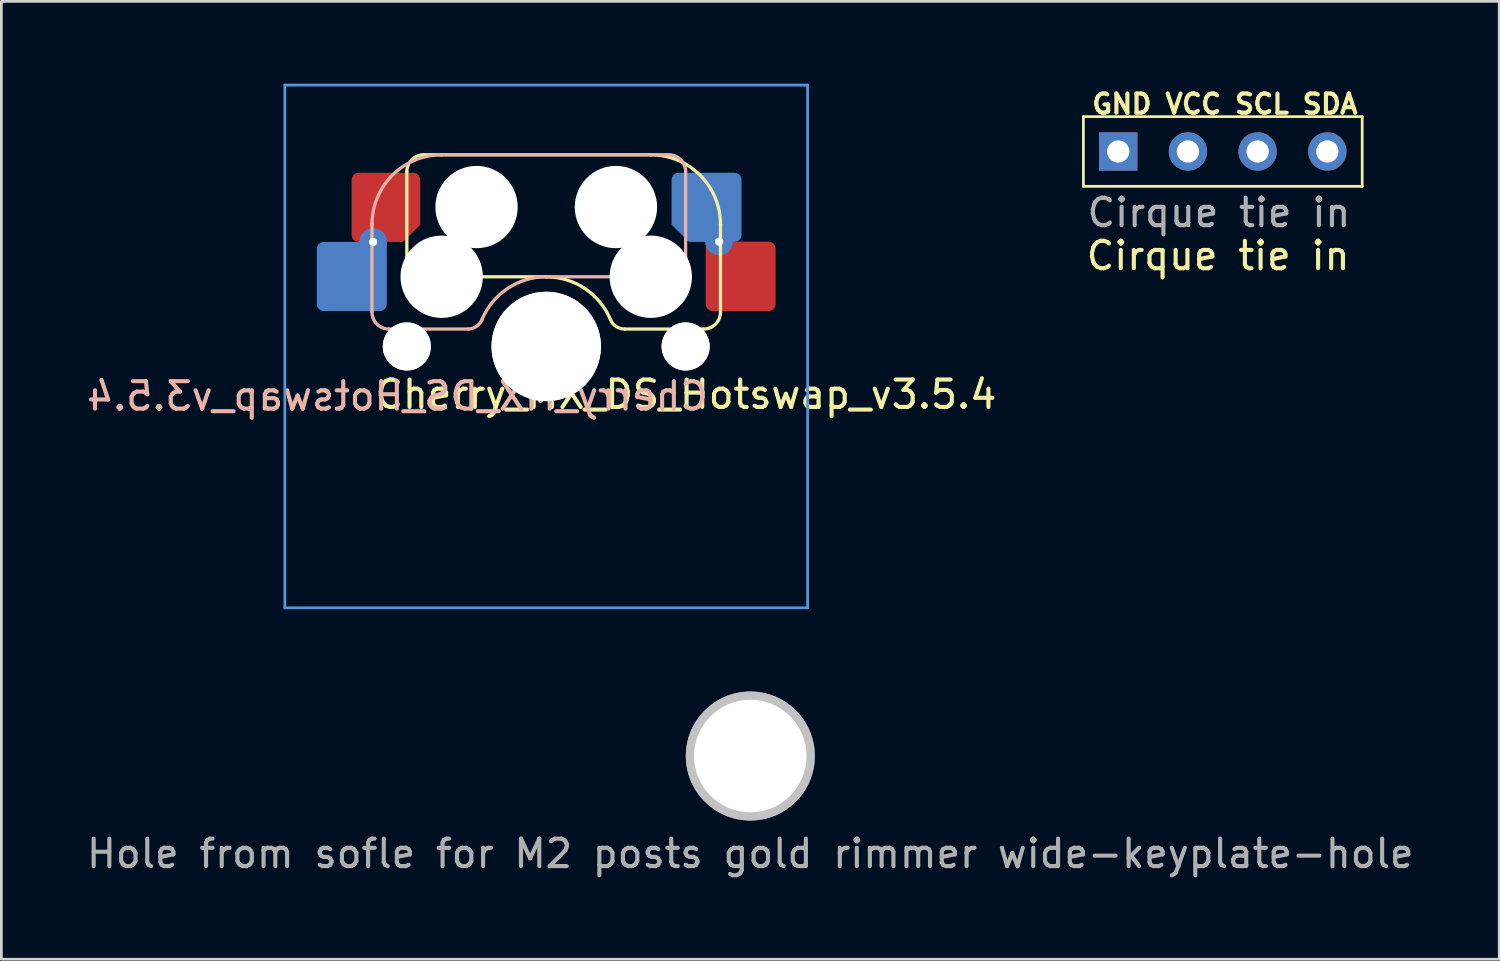
<source format=kicad_pcb>
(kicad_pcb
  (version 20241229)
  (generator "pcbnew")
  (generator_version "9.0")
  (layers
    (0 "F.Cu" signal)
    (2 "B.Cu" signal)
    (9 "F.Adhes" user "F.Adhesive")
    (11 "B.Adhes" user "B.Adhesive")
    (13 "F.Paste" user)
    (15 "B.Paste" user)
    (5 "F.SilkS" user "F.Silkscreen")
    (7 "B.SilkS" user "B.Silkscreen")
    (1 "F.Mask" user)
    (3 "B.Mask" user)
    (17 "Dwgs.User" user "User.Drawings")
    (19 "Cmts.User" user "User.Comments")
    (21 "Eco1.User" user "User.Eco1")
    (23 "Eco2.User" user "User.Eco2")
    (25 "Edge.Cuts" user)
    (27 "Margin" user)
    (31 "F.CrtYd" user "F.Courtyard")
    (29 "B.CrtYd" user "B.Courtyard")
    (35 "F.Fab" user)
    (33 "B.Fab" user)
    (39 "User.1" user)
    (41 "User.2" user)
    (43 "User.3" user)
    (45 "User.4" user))
  (footprint "Cherry_MX_DS_Hotswap_v3.5.4"
    (layer "F.Cu")
    (at 16.855 9.575)
    (property "Reference" "Cherry_MX_DS_Hotswap_v3.5.4" (at -5.42 1.81 0) (layer "B.SilkS") (effects (font (size 1 1) (thickness 0.15)) (justify mirror)))
    (attr through_hole)
    (fp_line (start -5.08 -6.36) (end -5.08 -2.54) (stroke (width 0.12) (type solid)) (layer "F.SilkS"))
    (fp_line (start -5.08 -2.54) (end -5.08 -2.54) (stroke (width 0.12) (type solid)) (layer "F.SilkS"))
    (fp_line (start -5.08 -2.54) (end -5.08 -2.54) (stroke (width 0.12) (type solid)) (layer "F.SilkS"))
    (fp_line (start -4.46 -6.985) (end 3.81 -6.985) (stroke (width 0.12) (type solid)) (layer "F.SilkS"))
    (fp_line (start 0 -2.54) (end -5.08 -2.54) (stroke (width 0.12) (type solid)) (layer "F.SilkS"))
    (fp_line (start 0 -2.54) (end 0 -2.54) (stroke (width 0.12) (type solid)) (layer "F.SilkS"))
    (fp_line (start 2.86 -0.635) (end 5.72 -0.635) (stroke (width 0.12) (type solid)) (layer "F.SilkS"))
    (fp_line (start 3.81 -6.985) (end 3.81 -6.985) (stroke (width 0.12) (type solid)) (layer "F.SilkS"))
    (fp_line (start 6.35 -4.445) (end 6.35 -4.445) (stroke (width 0.12) (type solid)) (layer "F.SilkS"))
    (fp_line (start 6.35 -1.25) (end 6.35 -4.445) (stroke (width 0.12) (type solid)) (layer "F.SilkS"))
    (fp_arc (start -5.08 -6.37) (mid -4.899871 -6.804871) (end -4.465 -6.985) (stroke (width 0.12) (type default)) (layer "F.SilkS"))
    (fp_arc (start 0 -2.536928) (mid 1.405313 -2.11213) (end 2.34 -0.98) (stroke (width 0.12) (type solid)) (layer "F.SilkS"))
    (fp_arc (start 2.859999 -0.633863) (mid 2.547381 -0.727883) (end 2.34 -0.98) (stroke (width 0.12) (type default)) (layer "F.SilkS"))
    (fp_arc (start 3.81 -6.985) (mid 5.606051 -6.241051) (end 6.35 -4.445) (stroke (width 0.12) (type solid)) (layer "F.SilkS"))
    (fp_arc (start 6.350129 -1.25) (mid 6.169985 -0.815144) (end 5.735129 -0.635) (stroke (width 0.12) (type default)) (layer "F.SilkS"))
    (fp_line (start -6.35 -4.445) (end -6.35 -4.445) (stroke (width 0.12) (type solid)) (layer "B.SilkS"))
    (fp_line (start -6.35 -4.445) (end -6.35 -1.26) (stroke (width 0.12) (type solid)) (layer "B.SilkS"))
    (fp_line (start -5.73 -0.635) (end -2.84 -0.635) (stroke (width 0.12) (type solid)) (layer "B.SilkS"))
    (fp_line (start -3.81 -6.985) (end -3.81 -6.985) (stroke (width 0.12) (type solid)) (layer "B.SilkS"))
    (fp_line (start -3.81 -6.985) (end 4.46 -6.985) (stroke (width 0.12) (type solid)) (layer "B.SilkS"))
    (fp_line (start 0 -2.54) (end 0 -2.54) (stroke (width 0.12) (type solid)) (layer "B.SilkS"))
    (fp_line (start 0 -2.54) (end 5.08 -2.54) (stroke (width 0.12) (type solid)) (layer "B.SilkS"))
    (fp_line (start 5.08 -6.37) (end 5.08 -2.54) (stroke (width 0.12) (type solid)) (layer "B.SilkS"))
    (fp_line (start 5.08 -2.54) (end 5.08 -2.54) (stroke (width 0.12) (type solid)) (layer "B.SilkS"))
    (fp_line (start 5.08 -2.54) (end 5.08 -2.54) (stroke (width 0.12) (type solid)) (layer "B.SilkS"))
    (fp_arc (start -6.35 -4.445) (mid -5.606051 -6.241051) (end -3.81 -6.985) (stroke (width 0.12) (type solid)) (layer "B.SilkS"))
    (fp_arc (start -5.735 -0.635) (mid -6.169871 -0.815129) (end -6.35 -1.25) (stroke (width 0.12) (type default)) (layer "B.SilkS"))
    (fp_arc (start -2.34 -0.983072) (mid -1.405313 -2.115202) (end 0 -2.54) (stroke (width 0.12) (type solid)) (layer "B.SilkS"))
    (fp_arc (start -2.34 -0.980845) (mid -2.539137 -0.734326) (end -2.840072 -0.635) (stroke (width 0.12) (type default)) (layer "B.SilkS"))
    (fp_arc (start 4.465129 -6.985) (mid 4.899999 -6.80487) (end 5.080129 -6.37) (stroke (width 0.12) (type default)) (layer "B.SilkS"))
    (fp_line (start -9.525 -9.525) (end -9.525 9.525) (stroke (width 0.1) (type solid)) (layer "Cmts.User"))
    (fp_line (start 9.525 -9.525) (end -9.525 -9.525) (stroke (width 0.1) (type solid)) (layer "Cmts.User"))
    (fp_line (start 9.525 -9.525) (end 9.525 9.525) (stroke (width 0.1) (type solid)) (layer "Cmts.User"))
    (fp_line (start 9.525 9.525) (end -9.525 9.525) (stroke (width 0.1) (type solid)) (layer "Cmts.User"))
    (fp_rect (start 7 -7) (end -7 7) (stroke (width 0.12) (type default)) (fill no) (layer "User.4"))
    (fp_text user "${REFERENCE}" (at 5.09 1.75 0) (layer "F.SilkS") (effects (font (size 1 1) (thickness 0.15))))
    (pad "" np_thru_hole circle (at -5.08 0) (size 1.75 1.75) (drill 1.75) (layers "*.Cu" "*.Mask"))
    (pad "" np_thru_hole circle (at -5.08 0) (size 1.75 1.75) (drill 1.75) (layers "*.Cu" "*.Mask"))
    (pad "" np_thru_hole circle (at -3.81 -2.54) (size 3 3) (drill 3) (layers "*.Cu" "*.Mask"))
    (pad "" np_thru_hole circle (at -2.54 -5.08) (size 3 3) (drill 3) (layers "*.Cu" "*.Mask"))
    (pad "" np_thru_hole circle (at 0 0) (size 3.988 3.988) (drill 3.988) (layers "*.Cu" "*.Mask"))
    (pad "" np_thru_hole circle (at 0 0) (size 3.988 3.988) (drill 3.988) (layers "*.Cu" "*.Mask"))
    (pad "" np_thru_hole circle (at 2.54 -5.08) (size 3 3) (drill 3) (layers "*.Cu" "*.Mask"))
    (pad "" np_thru_hole circle (at 3.81 -2.54) (size 3 3) (drill 3) (layers "*.Cu" "*.Mask"))
    (pad "" np_thru_hole circle (at 5.08 0) (size 1.75 1.75) (drill 1.75) (layers "*.Cu" "*.Mask"))
    (pad "" np_thru_hole circle (at 5.08 0) (size 1.75 1.75) (drill 1.75) (layers "*.Cu" "*.Mask"))
    (pad "1" smd roundrect (at -7.085 -2.55) (size 2.55 2.52) (layers "B.Cu" "B.Mask" "B.Paste") (roundrect_rratio 0.1) (chamfer_ratio 0) (chamfer top_right))
    (pad "1" thru_hole circle (at -6.31 -3.81) (size 1 1) (drill 0.3) (layers "*.Cu"))
    (pad "1" smd roundrect (at -5.842 -5.07) (size 2.5 2.52) (layers "F.Cu" "F.Mask" "F.Paste") (roundrect_rratio 0.1) (chamfer_ratio 0.25) (chamfer bottom_right))
    (pad "2" smd roundrect (at 5.842 -5.07) (size 2.55 2.52) (layers "B.Cu" "B.Mask" "B.Paste") (roundrect_rratio 0.1) (chamfer_ratio 0.25) (chamfer bottom_left))
    (pad "2" thru_hole circle (at 6.3 -3.82) (size 1 1) (drill 0.3) (layers "*.Cu"))
    (pad "2" smd roundrect (at 7.085 -2.555) (size 2.55 2.53) (layers "F.Cu" "F.Mask" "F.Paste") (roundrect_rratio 0.1) (chamfer_ratio 0) (chamfer top_left)))
  (footprint "Hole from sofle for M2 posts gold rimmer wide-keyplate-hole"
    (layer "F.Cu")
    (at 24.292 24.5)
    (property "Reference" "Hole from sofle for M2 posts gold rimmer wide-keyplate-hole" (at 0 3.556 0) (unlocked yes) (layer "F.Fab") (effects (font (size 1 1) (thickness 0.15))))
    (attr through_hole exclude_from_pos_files exclude_from_bom)
    (fp_circle (center 0 0) (end 2.05 0) (stroke (width 0.1) (type default)) (fill no) (layer "User.4"))
    (fp_circle (center 0 0) (end 1.1 0) (stroke (width 0.1) (type default)) (fill no) (layer "User.6"))
    (fp_circle (center 0 0) (end 1.1 0) (stroke (width 0.1) (type default)) (fill no) (layer "User.7"))
    (fp_circle (center 0 0) (end 1.1 0) (stroke (width 0.1) (type default)) (fill no) (layer "User.8"))
    (fp_circle (center 0 0) (end 1.1 0) (stroke (width 0.1) (type default)) (fill no) (layer "User.9"))
    (pad "" thru_hole circle (at 0 0 90) (size 4.7 4.7) (drill 4.1) (layers "*.Cu" "*.Mask" "Dwgs.User")))
  (footprint "Cirque tie in"
    (layer "F.Cu")
    (at 41.469 2.5)
    (property "Reference" "Cirque tie in" (at -0.13 3.77 0) (unlocked yes) (layer "F.SilkS") (effects (font (size 1 1) (thickness 0.15))))
    (attr through_hole)
    (fp_line (start -5.04 1.24) (end -5.04 -1.3) (stroke (width 0.1) (type solid)) (layer "F.SilkS"))
    (fp_line (start -5.04 1.24) (end 5.12 1.24) (stroke (width 0.1) (type solid)) (layer "F.SilkS"))
    (fp_line (start 5.12 -1.3) (end -5.04 -1.3) (stroke (width 0.1) (type solid)) (layer "F.SilkS"))
    (fp_line (start 5.12 -1.3) (end 5.12 1.24) (stroke (width 0.1) (type solid)) (layer "F.SilkS"))
    (fp_text user "GND" (at -4.802 -1.35 0) (unlocked yes) (layer "F.SilkS") (effects (font (size 0.7 0.7) (thickness 0.15) (bold yes)) (justify left bottom)))
    (fp_text user "SDA" (at 2.868 -1.35 0) (unlocked yes) (layer "F.SilkS") (effects (font (size 0.7 0.7) (thickness 0.15) (bold yes)) (justify left bottom)))
    (fp_text user "SCL" (at 0.4 -1.35 0) (unlocked yes) (layer "F.SilkS") (effects (font (size 0.7 0.7) (thickness 0.15) (bold yes)) (justify left bottom)))
    (fp_text user "VCC" (at -2.134 -1.35 0) (unlocked yes) (layer "F.SilkS") (effects (font (size 0.7 0.7) (thickness 0.15) (bold yes)) (justify left bottom)))
    (fp_text user "${REFERENCE}" (at -0.1 2.2 0) (unlocked yes) (layer "F.Fab") (effects (font (size 1 1) (thickness 0.15))))
    (pad "1" thru_hole circle (at 3.85 -0.03) (size 1.397 1.397) (drill 0.813) (layers "*.Cu" "B.Mask"))
    (pad "2" thru_hole circle (at 1.31 -0.03) (size 1.397 1.397) (drill 0.813) (layers "*.Cu" "B.Mask"))
    (pad "3" thru_hole circle (at -1.23 -0.03) (size 1.397 1.397) (drill 0.813) (layers "*.Cu" "B.Mask"))
    (pad "4" thru_hole rect (at -3.77 -0.03) (size 1.397 1.397) (drill 0.813) (layers "*.Cu" "B.Mask")))
  (gr_rect
    (start -3 -3)
    (end 51.583 31.904)
    (stroke (width 0.1) (type default))
    (fill no)
    (layer "Edge.Cuts")))
</source>
